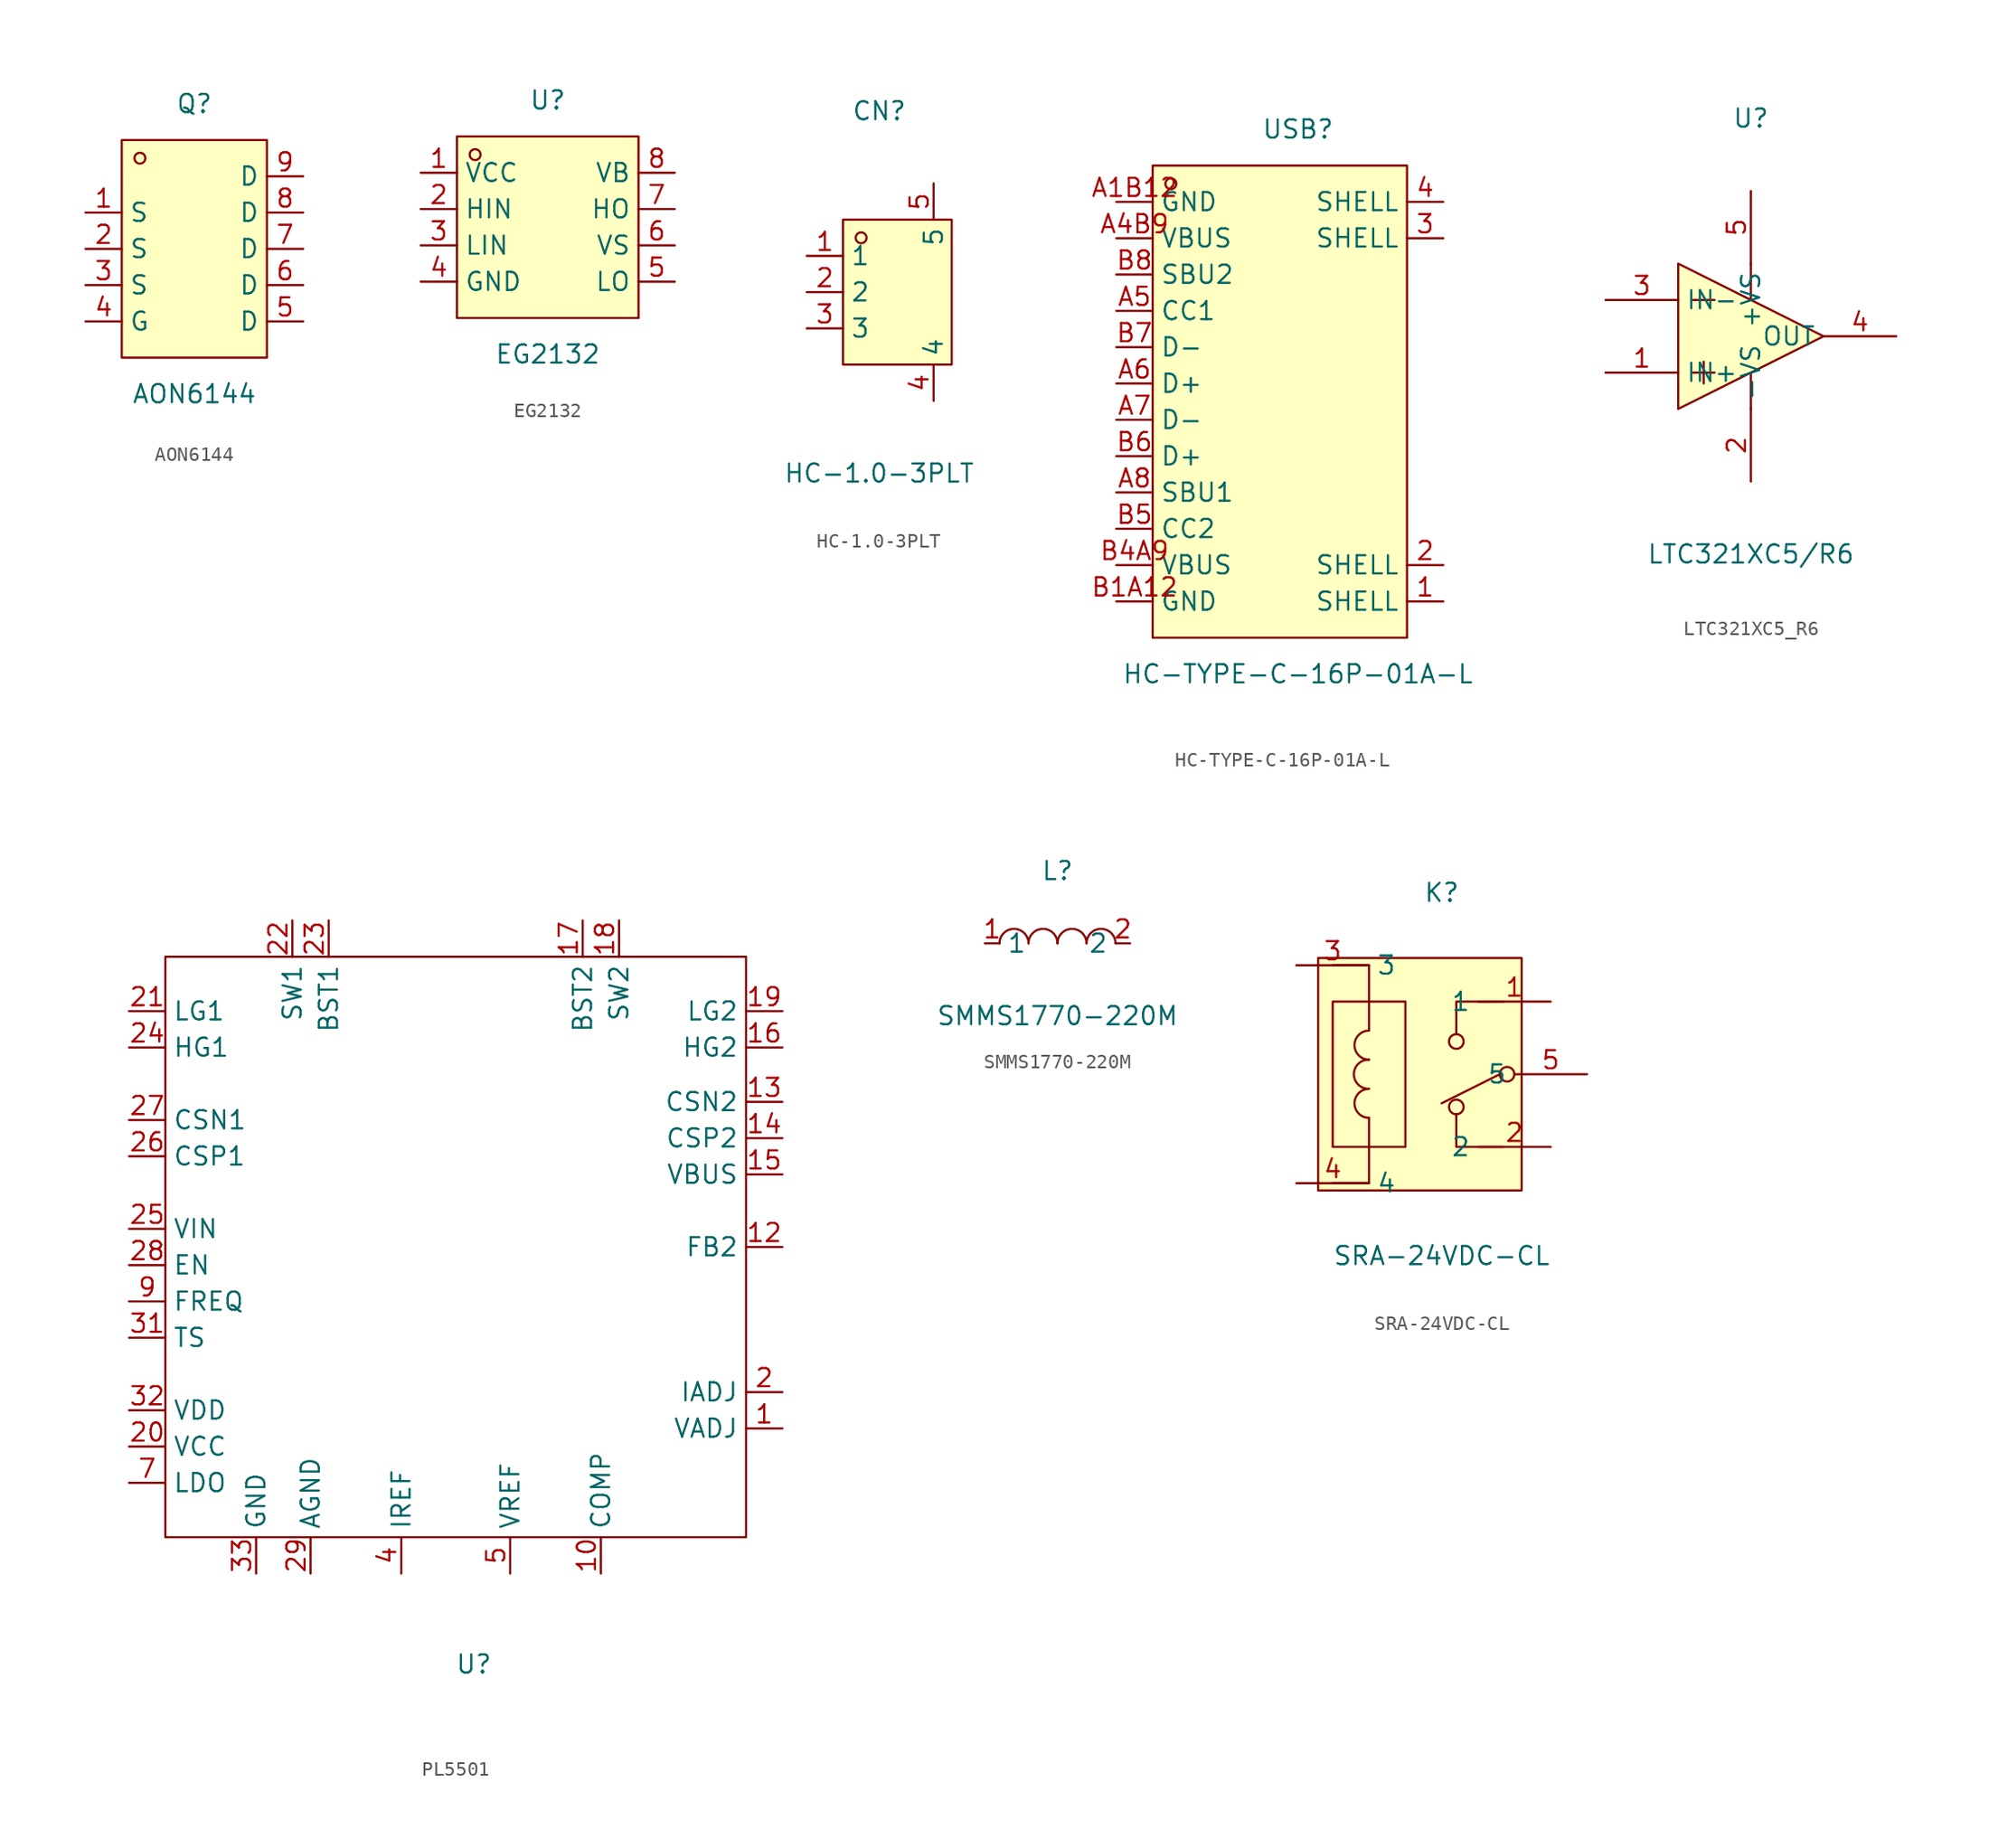
<source format=kicad_sym>
(kicad_symbol_lib
  (version 20231120)
  (generator "kicad_symbol_editor")
  (generator_version "8.0")
  (symbol "AON6144"
    (property "Reference" "Q"
      (at 0 10.16 0)
      (effects (font (size 1.27 1.27))))
    (property "Value" "AON6144"
      (at 0 -10.16 0)
      (effects (font (size 1.27 1.27))))
    (symbol "AON6144_0_1"
      (rectangle (start -5.08 7.62) (end 5.08 -7.62) (stroke (width 0) (type default) (color 0 0 0 0)) (fill (type background)))
      (circle (center -3.81 6.35) (radius 0.38) (stroke (width 0) (type default) (color 0 0 0 0)) (fill (type none)))
      (pin unspecified line (at -7.62 2.54 0) (length 2.54) (name "S" (effects (font (size 1.27 1.27)))) (number "1" (effects (font (size 1.27 1.27)))))
      (pin unspecified line (at -7.62 -0.00 0) (length 2.54) (name "S" (effects (font (size 1.27 1.27)))) (number "2" (effects (font (size 1.27 1.27)))))
      (pin unspecified line (at -7.62 -2.54 0) (length 2.54) (name "S" (effects (font (size 1.27 1.27)))) (number "3" (effects (font (size 1.27 1.27)))))
      (pin unspecified line (at -7.62 -5.08 0) (length 2.54) (name "G" (effects (font (size 1.27 1.27)))) (number "4" (effects (font (size 1.27 1.27)))))
      (pin unspecified line (at 7.62 -5.08 180) (length 2.54) (name "D" (effects (font (size 1.27 1.27)))) (number "5" (effects (font (size 1.27 1.27)))))
      (pin unspecified line (at 7.62 -2.54 180) (length 2.54) (name "D" (effects (font (size 1.27 1.27)))) (number "6" (effects (font (size 1.27 1.27)))))
      (pin unspecified line (at 7.62 -0.00 180) (length 2.54) (name "D" (effects (font (size 1.27 1.27)))) (number "7" (effects (font (size 1.27 1.27)))))
      (pin unspecified line (at 7.62 2.54 180) (length 2.54) (name "D" (effects (font (size 1.27 1.27)))) (number "8" (effects (font (size 1.27 1.27)))))
      (pin unspecified line (at 7.62 5.08 180) (length 2.54) (name "D" (effects (font (size 1.27 1.27)))) (number "9" (effects (font (size 1.27 1.27)))))))
  (symbol "EG2132"
    (property "Reference" "U"
      (at 0 8.89 0)
      (effects (font (size 1.27 1.27))))
    (property "Value" "EG2132"
      (at 0 -8.89 0)
      (effects (font (size 1.27 1.27))))
    (symbol "EG2132_0_1"
      (rectangle (start -6.35 6.35) (end 6.35 -6.35) (stroke (width 0) (type default) (color 0 0 0 0)) (fill (type background)))
      (circle (center -5.08 5.08) (radius 0.38) (stroke (width 0) (type default) (color 0 0 0 0)) (fill (type none)))
      (pin unspecified line (at -8.89 3.81 0) (length 2.54) (name "VCC" (effects (font (size 1.27 1.27)))) (number "1" (effects (font (size 1.27 1.27)))))
      (pin unspecified line (at -8.89 1.27 0) (length 2.54) (name "HIN" (effects (font (size 1.27 1.27)))) (number "2" (effects (font (size 1.27 1.27)))))
      (pin unspecified line (at -8.89 -1.27 0) (length 2.54) (name "LIN" (effects (font (size 1.27 1.27)))) (number "3" (effects (font (size 1.27 1.27)))))
      (pin unspecified line (at -8.89 -3.81 0) (length 2.54) (name "GND" (effects (font (size 1.27 1.27)))) (number "4" (effects (font (size 1.27 1.27)))))
      (pin unspecified line (at 8.89 -3.81 180) (length 2.54) (name "LO" (effects (font (size 1.27 1.27)))) (number "5" (effects (font (size 1.27 1.27)))))
      (pin unspecified line (at 8.89 -1.27 180) (length 2.54) (name "VS" (effects (font (size 1.27 1.27)))) (number "6" (effects (font (size 1.27 1.27)))))
      (pin unspecified line (at 8.89 1.27 180) (length 2.54) (name "HO" (effects (font (size 1.27 1.27)))) (number "7" (effects (font (size 1.27 1.27)))))
      (pin unspecified line (at 8.89 3.81 180) (length 2.54) (name "VB" (effects (font (size 1.27 1.27)))) (number "8" (effects (font (size 1.27 1.27)))))))
  (symbol "HC-1.0-3PLT"
    (property "Reference" "CN"
      (at 0 12.70 0)
      (effects (font (size 1.27 1.27))))
    (property "Value" "HC-1.0-3PLT"
      (at 0 -12.70 0)
      (effects (font (size 1.27 1.27))))
    (symbol "HC-1.0-3PLT_0_1"
      (rectangle (start -2.54 5.08) (end 5.08 -5.08) (stroke (width 0) (type default) (color 0 0 0 0)) (fill (type background)))
      (circle (center -1.27 3.81) (radius 0.38) (stroke (width 0) (type default) (color 0 0 0 0)) (fill (type none)))
      (pin unspecified line (at -5.08 2.54 0) (length 2.54) (name "1" (effects (font (size 1.27 1.27)))) (number "1" (effects (font (size 1.27 1.27)))))
      (pin unspecified line (at -5.08 -0.00 0) (length 2.54) (name "2" (effects (font (size 1.27 1.27)))) (number "2" (effects (font (size 1.27 1.27)))))
      (pin unspecified line (at -5.08 -2.54 0) (length 2.54) (name "3" (effects (font (size 1.27 1.27)))) (number "3" (effects (font (size 1.27 1.27)))))
      (pin unspecified line (at 3.81 -7.62 90) (length 2.54) (name "4" (effects (font (size 1.27 1.27)))) (number "4" (effects (font (size 1.27 1.27)))))
      (pin unspecified line (at 3.81 7.62 270) (length 2.54) (name "5" (effects (font (size 1.27 1.27)))) (number "5" (effects (font (size 1.27 1.27)))))))
  (symbol "HC-TYPE-C-16P-01A-L"
    (property "Reference" "USB"
      (at 0 20.32 0)
      (effects (font (size 1.27 1.27))))
    (property "Value" "HC-TYPE-C-16P-01A-L"
      (at 0 -17.78 0)
      (effects (font (size 1.27 1.27))))
    (symbol "HC-TYPE-C-16P-01A-L_0_1"
      (rectangle (start -10.16 17.78) (end 7.62 -15.24) (stroke (width 0) (type default) (color 0 0 0 0)) (fill (type background)))
      (circle (center -8.89 16.51) (radius 0.38) (stroke (width 0) (type default) (color 0 0 0 0)) (fill (type none)))
      (pin unspecified line (at -12.70 15.24 0) (length 2.54) (name "GND" (effects (font (size 1.27 1.27)))) (number "A1B12" (effects (font (size 1.27 1.27)))))
      (pin unspecified line (at -12.70 12.70 0) (length 2.54) (name "VBUS" (effects (font (size 1.27 1.27)))) (number "A4B9" (effects (font (size 1.27 1.27)))))
      (pin unspecified line (at -12.70 10.16 0) (length 2.54) (name "SBU2" (effects (font (size 1.27 1.27)))) (number "B8" (effects (font (size 1.27 1.27)))))
      (pin unspecified line (at -12.70 7.62 0) (length 2.54) (name "CC1" (effects (font (size 1.27 1.27)))) (number "A5" (effects (font (size 1.27 1.27)))))
      (pin unspecified line (at -12.70 5.08 0) (length 2.54) (name "D-" (effects (font (size 1.27 1.27)))) (number "B7" (effects (font (size 1.27 1.27)))))
      (pin unspecified line (at -12.70 2.54 0) (length 2.54) (name "D+" (effects (font (size 1.27 1.27)))) (number "A6" (effects (font (size 1.27 1.27)))))
      (pin unspecified line (at -12.70 -0.00 0) (length 2.54) (name "D-" (effects (font (size 1.27 1.27)))) (number "A7" (effects (font (size 1.27 1.27)))))
      (pin unspecified line (at -12.70 -2.54 0) (length 2.54) (name "D+" (effects (font (size 1.27 1.27)))) (number "B6" (effects (font (size 1.27 1.27)))))
      (pin unspecified line (at -12.70 -5.08 0) (length 2.54) (name "SBU1" (effects (font (size 1.27 1.27)))) (number "A8" (effects (font (size 1.27 1.27)))))
      (pin unspecified line (at -12.70 -7.62 0) (length 2.54) (name "CC2" (effects (font (size 1.27 1.27)))) (number "B5" (effects (font (size 1.27 1.27)))))
      (pin unspecified line (at -12.70 -10.16 0) (length 2.54) (name "VBUS" (effects (font (size 1.27 1.27)))) (number "B4A9" (effects (font (size 1.27 1.27)))))
      (pin unspecified line (at -12.70 -12.70 0) (length 2.54) (name "GND" (effects (font (size 1.27 1.27)))) (number "B1A12" (effects (font (size 1.27 1.27)))))
      (pin unspecified line (at 10.16 -12.70 180) (length 2.54) (name "SHELL" (effects (font (size 1.27 1.27)))) (number "1" (effects (font (size 1.27 1.27)))))
      (pin unspecified line (at 10.16 -10.16 180) (length 2.54) (name "SHELL" (effects (font (size 1.27 1.27)))) (number "2" (effects (font (size 1.27 1.27)))))
      (pin unspecified line (at 10.16 12.70 180) (length 2.54) (name "SHELL" (effects (font (size 1.27 1.27)))) (number "3" (effects (font (size 1.27 1.27)))))
      (pin unspecified line (at 10.16 15.24 180) (length 2.54) (name "SHELL" (effects (font (size 1.27 1.27)))) (number "4" (effects (font (size 1.27 1.27)))))))
  (symbol "LTC321XC5_R6"
    (property "Reference" "U"
      (at 0 15.24 0)
      (effects (font (size 1.27 1.27))))
    (property "Value" "LTC321XC5/R6"
      (at 0 -15.24 0)
      (effects (font (size 1.27 1.27))))
    (symbol "LTC321XC5_R6_0_1"
      (polyline (pts (xy -4.06 -2.54) (xy -2.54 -2.54)) (stroke (width 0) (type default)) (fill (type none)))
      (polyline (pts (xy -4.06 2.54) (xy -2.54 2.54)) (stroke (width 0) (type default)) (fill (type none)))
      (polyline (pts (xy -3.3 -1.78) (xy -3.3 -3.3)) (stroke (width 0) (type default)) (fill (type none)))
      (polyline (pts (xy 0 -2.54) (xy 0 -5.08)) (stroke (width 0) (type default)) (fill (type none)))
      (polyline (pts (xy 0 5.08) (xy 0 2.54)) (stroke (width 0) (type default)) (fill (type none)))
      (polyline (pts (xy -5.08 -5.08) (xy 5.08 0) (xy -5.08 5.08) (xy -5.08 -5.08)) (stroke (width 0) (type default)) (fill (type background)))
      (pin unspecified line (at -10.16 -2.54 0) (length 5.08) (name "IN+" (effects (font (size 1.27 1.27)))) (number "1" (effects (font (size 1.27 1.27)))))
      (pin power_in line (at 0 -10.16 90) (length 5.08) (name "-VS" (effects (font (size 1.27 1.27)))) (number "2" (effects (font (size 1.27 1.27)))))
      (pin unspecified line (at -10.16 2.54 0) (length 5.08) (name "IN-" (effects (font (size 1.27 1.27)))) (number "3" (effects (font (size 1.27 1.27)))))
      (pin output line (at 10.16 0 180) (length 5.08) (name "OUT" (effects (font (size 1.27 1.27)))) (number "4" (effects (font (size 1.27 1.27)))))
      (pin power_in line (at 0 10.16 270) (length 5.08) (name "+VS" (effects (font (size 1.27 1.27)))) (number "5" (effects (font (size 1.27 1.27)))))))
  (symbol "PL5501"
    (property "Reference" "U"
      (at 1.27 -31.75 0)
      (effects (font (size 1.27 1.27))))
    (property "Value" ""
      (at 1.27 -31.75 0)
      (effects (font (size 1.27 1.27))))
    (symbol "PL5501_0_1"
      (rectangle (start -20.32 17.78) (end 20.32 -22.86) (stroke (width 0) (type default)) (fill (type none))))
    (symbol "PL5501_1_1"
      (pin input line (at 22.86 -15.24 180) (length 2.54) (name "VADJ" (effects (font (size 1.27 1.27)))) (number "1" (effects (font (size 1.27 1.27)))))
      (pin bidirectional line (at 10.16 -25.4 90) (length 2.54) (name "COMP" (effects (font (size 1.27 1.27)))) (number "10" (effects (font (size 1.27 1.27)))))
      (pin input line (at 22.86 -2.54 180) (length 2.54) (name "FB2" (effects (font (size 1.27 1.27)))) (number "12" (effects (font (size 1.27 1.27)))))
      (pin input line (at 22.86 7.62 180) (length 2.54) (name "CSN2" (effects (font (size 1.27 1.27)))) (number "13" (effects (font (size 1.27 1.27)))))
      (pin input line (at 22.86 5.08 180) (length 2.54) (name "CSP2" (effects (font (size 1.27 1.27)))) (number "14" (effects (font (size 1.27 1.27)))))
      (pin input line (at 22.86 2.54 180) (length 2.54) (name "VBUS" (effects (font (size 1.27 1.27)))) (number "15" (effects (font (size 1.27 1.27)))))
      (pin output line (at 22.86 11.43 180) (length 2.54) (name "HG2" (effects (font (size 1.27 1.27)))) (number "16" (effects (font (size 1.27 1.27)))))
      (pin bidirectional line (at 8.89 20.32 270) (length 2.54) (name "BST2" (effects (font (size 1.27 1.27)))) (number "17" (effects (font (size 1.27 1.27)))))
      (pin input line (at 11.43 20.32 270) (length 2.54) (name "SW2" (effects (font (size 1.27 1.27)))) (number "18" (effects (font (size 1.27 1.27)))))
      (pin output line (at 22.86 13.97 180) (length 2.54) (name "LG2" (effects (font (size 1.27 1.27)))) (number "19" (effects (font (size 1.27 1.27)))))
      (pin input line (at 22.86 -12.7 180) (length 2.54) (name "IADJ" (effects (font (size 1.27 1.27)))) (number "2" (effects (font (size 1.27 1.27)))))
      (pin power_out line (at -22.86 -16.51 0) (length 2.54) (name "VCC" (effects (font (size 1.27 1.27)))) (number "20" (effects (font (size 1.27 1.27)))))
      (pin output line (at -22.86 13.97 0) (length 2.54) (name "LG1" (effects (font (size 1.27 1.27)))) (number "21" (effects (font (size 1.27 1.27)))))
      (pin input line (at -11.43 20.32 270) (length 2.54) (name "SW1" (effects (font (size 1.27 1.27)))) (number "22" (effects (font (size 1.27 1.27)))))
      (pin bidirectional line (at -8.89 20.32 270) (length 2.54) (name "BST1" (effects (font (size 1.27 1.27)))) (number "23" (effects (font (size 1.27 1.27)))))
      (pin output line (at -22.86 11.43 0) (length 2.54) (name "HG1" (effects (font (size 1.27 1.27)))) (number "24" (effects (font (size 1.27 1.27)))))
      (pin input line (at -22.86 -1.27 0) (length 2.54) (name "VIN" (effects (font (size 1.27 1.27)))) (number "25" (effects (font (size 1.27 1.27)))))
      (pin input line (at -22.86 3.81 0) (length 2.54) (name "CSP1" (effects (font (size 1.27 1.27)))) (number "26" (effects (font (size 1.27 1.27)))))
      (pin input line (at -22.86 6.35 0) (length 2.54) (name "CSN1" (effects (font (size 1.27 1.27)))) (number "27" (effects (font (size 1.27 1.27)))))
      (pin input line (at -22.86 -3.81 0) (length 2.54) (name "EN" (effects (font (size 1.27 1.27)))) (number "28" (effects (font (size 1.27 1.27)))))
      (pin power_in line (at -10.16 -25.4 90) (length 2.54) (name "AGND" (effects (font (size 1.27 1.27)))) (number "29" (effects (font (size 1.27 1.27)))))
      (pin input line (at -22.86 -8.89 0) (length 2.54) (name "TS" (effects (font (size 1.27 1.27)))) (number "31" (effects (font (size 1.27 1.27)))))
      (pin power_out line (at -22.86 -13.97 0) (length 2.54) (name "VDD" (effects (font (size 1.27 1.27)))) (number "32" (effects (font (size 1.27 1.27)))))
      (pin power_in line (at -13.97 -25.4 90) (length 2.54) (name "GND" (effects (font (size 1.27 1.27)))) (number "33" (effects (font (size 1.27 1.27)))))
      (pin bidirectional line (at -3.81 -25.4 90) (length 2.54) (name "IREF" (effects (font (size 1.27 1.27)))) (number "4" (effects (font (size 1.27 1.27)))))
      (pin bidirectional line (at 3.81 -25.4 90) (length 2.54) (name "VREF" (effects (font (size 1.27 1.27)))) (number "5" (effects (font (size 1.27 1.27)))))
      (pin power_out line (at -22.86 -19.05 0) (length 2.54) (name "LDO" (effects (font (size 1.27 1.27)))) (number "7" (effects (font (size 1.27 1.27)))))
      (pin input line (at -22.86 -6.35 0) (length 2.54) (name "FREQ" (effects (font (size 1.27 1.27)))) (number "9" (effects (font (size 1.27 1.27)))))))
  (symbol "SMMS1770-220M"
    (property "Reference" "L"
      (at 0 5.08 0)
      (effects (font (size 1.27 1.27))))
    (property "Value" "SMMS1770-220M"
      (at 0 -5.08 0)
      (effects (font (size 1.27 1.27))))
    (symbol "SMMS1770-220M_0_1"
      (arc (start -4.06 -0.01) (mid -2.83 0.99) (end -2.03 0.01) (stroke (width 0) (type default) (color 0 0 0 0)) (fill (type none)))
      (arc (start -2.03 -0.01) (mid -0.80 0.99) (end 0.00 0.01) (stroke (width 0) (type default) (color 0 0 0 0)) (fill (type none)))
      (arc (start 2.03 -0.01) (mid 3.26 0.99) (end 4.06 0.01) (stroke (width 0) (type default) (color 0 0 0 0)) (fill (type none)))
      (arc (start 0.00 -0.01) (mid 1.23 0.99) (end 2.03 0.01) (stroke (width 0) (type default) (color 0 0 0 0)) (fill (type none)))
      (pin unspecified line (at 5.08 -0.00 180) (length 1.016) (name "2" (effects (font (size 1.27 1.27)))) (number "2" (effects (font (size 1.27 1.27)))))
      (pin unspecified line (at -5.08 -0.00 0) (length 1.016) (name "1" (effects (font (size 1.27 1.27)))) (number "1" (effects (font (size 1.27 1.27)))))))
  (symbol "SRA-24VDC-CL"
    (property "Reference" "K"
      (at 0 12.7 0)
      (effects (font (size 1.27 1.27))))
    (property "Value" "SRA-24VDC-CL"
      (at 0 -12.7 0)
      (effects (font (size 1.27 1.27))))
    (symbol "SRA-24VDC-CL_0_1"
      (rectangle (start -8.64 8.13) (end 5.59 -8.13) (stroke (width 0) (type default)) (fill (type background)))
      (rectangle (start -7.62 5.08) (end -2.54 -5.08) (stroke (width 0) (type default)) (fill (type background)))
      (arc (start -5.08 -1.02) (mid -6.0857 -2.035) (end -5.08 -3.05) (stroke (width 0) (type default)) (fill (type none)))
      (arc (start -5.08 1.02) (mid -6.1393 0) (end -5.08 -1.02) (stroke (width 0) (type default)) (fill (type none)))
      (arc (start -5.08 3.05) (mid -6.0857 2.035) (end -5.08 1.02) (stroke (width 0) (type default)) (fill (type none)))
      (polyline (pts (xy 0 -2.03) (xy 4.06 0)) (stroke (width 0) (type default)) (fill (type none)))
      (polyline (pts (xy -5.08 -3.05) (xy -5.08 -7.62) (xy -7.62 -7.62)) (stroke (width 0) (type default)) (fill (type none)))
      (polyline (pts (xy -5.08 3.05) (xy -5.08 7.62) (xy -7.62 7.62)) (stroke (width 0) (type default)) (fill (type none)))
      (polyline (pts (xy 1.02 -2.79) (xy 1.02 -5.08) (xy 4.32 -5.08)) (stroke (width 0) (type default)) (fill (type none)))
      (polyline (pts (xy 1.02 2.79) (xy 1.02 5.08) (xy 4.32 5.08)) (stroke (width 0) (type default)) (fill (type none)))
      (circle (center 1.02 -2.29) (radius 0.51) (stroke (width 0) (type default)) (fill (type none)))
      (circle (center 1.02 2.29) (radius 0.51) (stroke (width 0) (type default)) (fill (type none)))
      (circle (center 4.57 0) (radius 0.51) (stroke (width 0) (type default)) (fill (type none)))
      (pin unspecified line (at 7.62 5.08 180) (length 5.08) (name "1" (effects (font (size 1.27 1.27)))) (number "1" (effects (font (size 1.27 1.27)))))
      (pin unspecified line (at 7.62 -5.08 180) (length 5.08) (name "2" (effects (font (size 1.27 1.27)))) (number "2" (effects (font (size 1.27 1.27)))))
      (pin unspecified line (at -10.16 7.62 0) (length 5.08) (name "3" (effects (font (size 1.27 1.27)))) (number "3" (effects (font (size 1.27 1.27)))))
      (pin unspecified line (at -10.16 -7.62 0) (length 5.08) (name "4" (effects (font (size 1.27 1.27)))) (number "4" (effects (font (size 1.27 1.27)))))
      (pin unspecified line (at 10.16 0 180) (length 5.08) (name "5" (effects (font (size 1.27 1.27)))) (number "5" (effects (font (size 1.27 1.27))))))))
</source>
